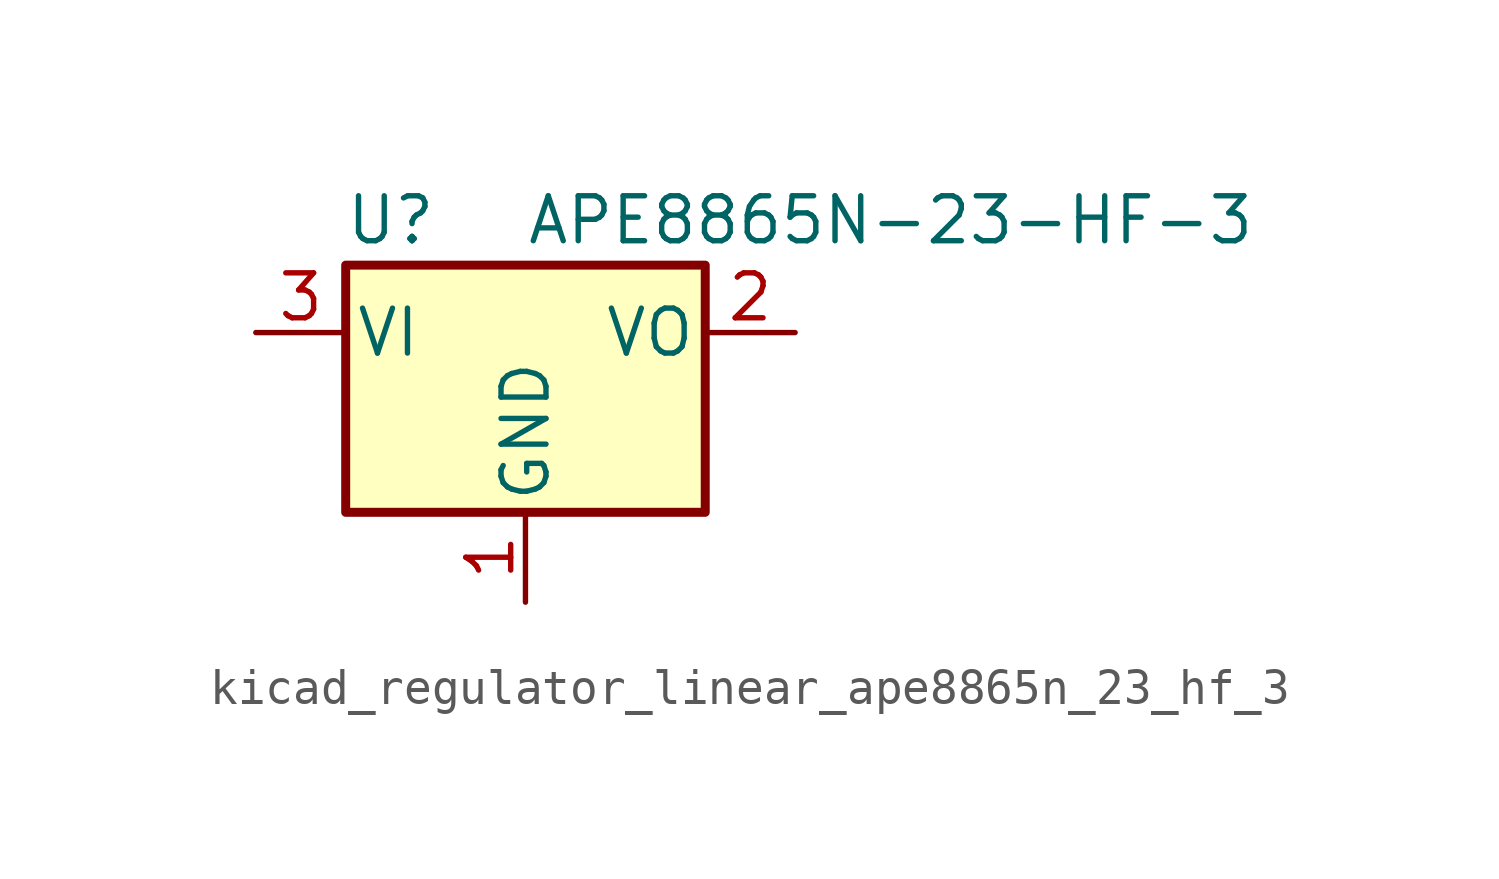
<source format=kicad_sym>
(kicad_symbol_lib
  (version 20220914)
  (generator kicad_symbol_editor)
  (symbol "kicad_regulator_linear_ape8865n_23_hf_3"
    (pin_names
      (offset 0.254))
    (property "Reference" "U"
      (at -3.81 3.175 0)
      (effects (font (size 1.27 1.27))))
    (property "Value" "APE8865N-23-HF-3"
      (at 0 3.175 0)
      (effects (font (size 1.27 1.27)) (justify left)))
    (symbol "kicad_regulator_linear_ape8865n_23_hf_3_0_1"
      (rectangle (start -5.08 1.905) (end 5.08 -5.08) (stroke (width 0.254) (type default)) (fill (type background))))
    (symbol "kicad_regulator_linear_ape8865n_23_hf_3_1_1"
      (pin power_in line (at 0 -7.62 90) (length 2.54) (name "GND" (effects (font (size 1.27 1.27)))) (number "1" (effects (font (size 1.27 1.27)))))
      (pin power_out line (at 7.62 0 180) (length 2.54) (name "VO" (effects (font (size 1.27 1.27)))) (number "2" (effects (font (size 1.27 1.27)))))
      (pin power_in line (at -7.62 0 0) (length 2.54) (name "VI" (effects (font (size 1.27 1.27)))) (number "3" (effects (font (size 1.27 1.27))))))))
</source>
